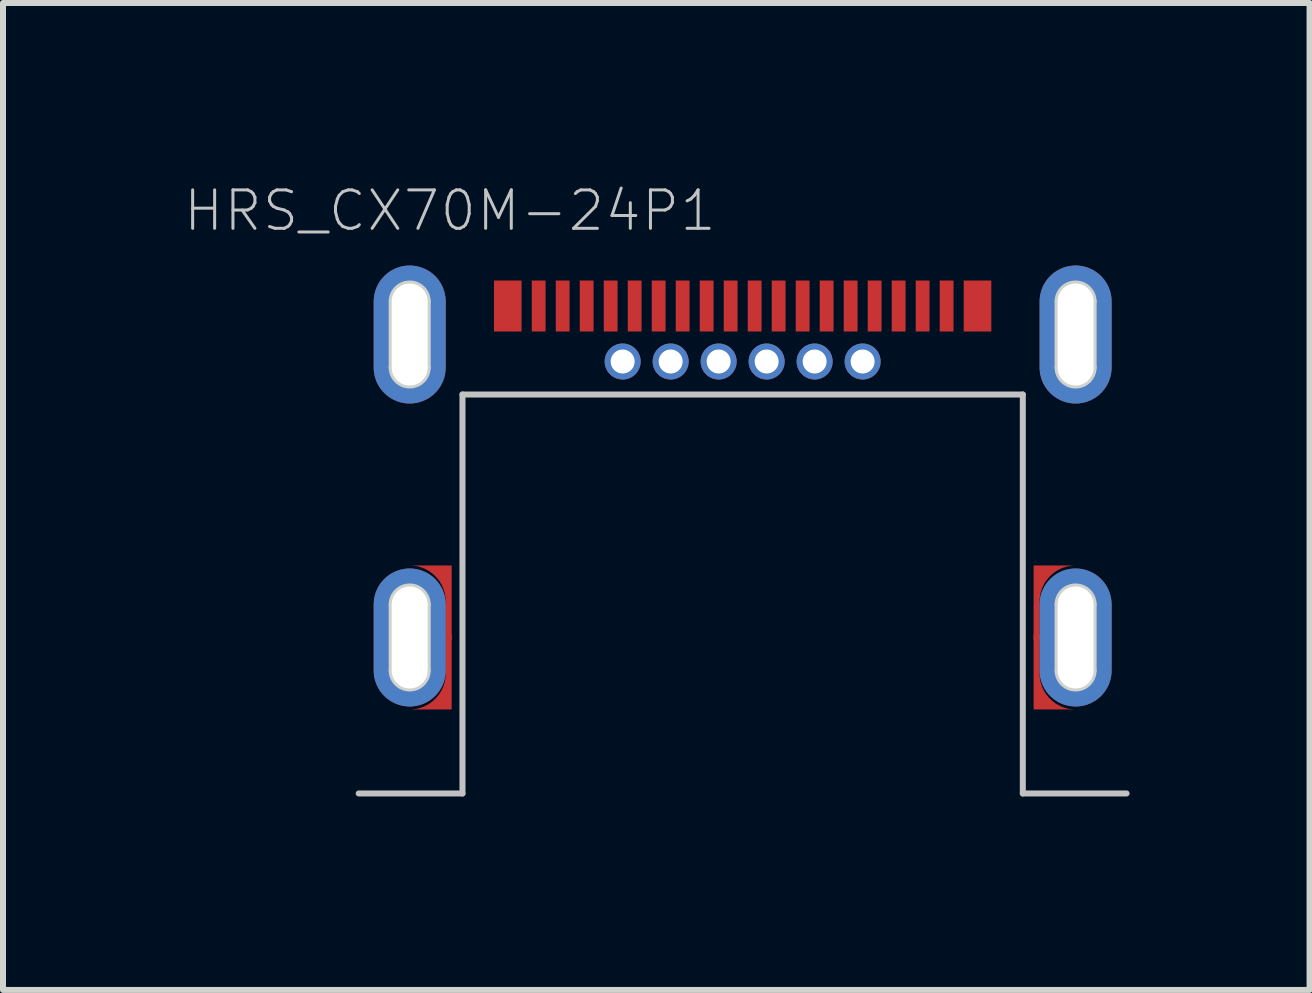
<source format=kicad_pcb>
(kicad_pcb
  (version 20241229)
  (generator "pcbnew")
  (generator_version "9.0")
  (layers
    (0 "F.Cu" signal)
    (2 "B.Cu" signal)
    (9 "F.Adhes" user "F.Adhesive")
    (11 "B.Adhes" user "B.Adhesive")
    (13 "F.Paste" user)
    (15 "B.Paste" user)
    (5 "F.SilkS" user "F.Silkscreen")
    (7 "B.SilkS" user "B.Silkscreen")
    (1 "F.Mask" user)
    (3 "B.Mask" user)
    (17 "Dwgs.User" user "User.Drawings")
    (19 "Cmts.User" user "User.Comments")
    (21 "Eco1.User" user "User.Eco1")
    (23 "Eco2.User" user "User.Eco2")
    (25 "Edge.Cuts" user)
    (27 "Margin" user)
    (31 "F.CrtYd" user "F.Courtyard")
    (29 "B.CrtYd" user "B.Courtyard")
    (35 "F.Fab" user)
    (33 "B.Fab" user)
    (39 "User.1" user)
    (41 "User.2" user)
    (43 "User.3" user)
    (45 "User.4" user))
  (footprint "HRS_CX70M-24P1"
    (layer "F.Cu")
    (at 9.329 7.576)
    (property "Reference" "HRS_CX70M-24P1" (at -4.879 -7.114 0) (layer "Dwgs.User") (effects (font (size 0.641 0.641) (thickness 0.05))))
    (attr smd)
    (fp_poly (pts (xy -5.55 -1.2) (xy -4.85 -1.2) (xy -4.85 1.2) (xy -5.55 1.2) (xy -5.534 1.2) (xy -5.503 1.198) (xy -5.472 1.195) (xy -5.441 1.19) (xy -5.41 1.184) (xy -5.38 1.175) (xy -5.35 1.166) (xy -5.32 1.155) (xy -5.292 1.142) (xy -5.264 1.127) (xy -5.236 1.112) (xy -5.21 1.095) (xy -5.185 1.076) (xy -5.16 1.056) (xy -5.137 1.035) (xy -5.115 1.013) (xy -5.094 0.99) (xy -5.074 0.965) (xy -5.055 0.94) (xy -5.038 0.914) (xy -5.023 0.886) (xy -5.008 0.858) (xy -4.995 0.83) (xy -4.984 0.8) (xy -4.975 0.77) (xy -4.966 0.74) (xy -4.96 0.709) (xy -4.955 0.678) (xy -4.952 0.647) (xy -4.95 0.616) (xy -4.95 0.6) (xy -4.95 -0.6) (xy -4.95 -0.616) (xy -4.952 -0.647) (xy -4.955 -0.678) (xy -4.96 -0.709) (xy -4.966 -0.74) (xy -4.975 -0.77) (xy -4.984 -0.8) (xy -4.995 -0.83) (xy -5.008 -0.858) (xy -5.023 -0.886) (xy -5.038 -0.914) (xy -5.055 -0.94) (xy -5.074 -0.965) (xy -5.094 -0.99) (xy -5.115 -1.013) (xy -5.137 -1.035) (xy -5.16 -1.056) (xy -5.185 -1.076) (xy -5.21 -1.095) (xy -5.236 -1.112) (xy -5.264 -1.127) (xy -5.292 -1.142) (xy -5.32 -1.155) (xy -5.35 -1.166) (xy -5.38 -1.175) (xy -5.41 -1.184) (xy -5.441 -1.19) (xy -5.472 -1.195) (xy -5.503 -1.198) (xy -5.534 -1.2)) (stroke (width 0.0001) (type solid)) (fill yes) (layer "F.Cu"))
    (fp_poly (pts (xy 5.55 -1.2) (xy 4.85 -1.2) (xy 4.85 1.2) (xy 5.55 1.2) (xy 5.534 1.2) (xy 5.503 1.198) (xy 5.472 1.195) (xy 5.441 1.19) (xy 5.41 1.184) (xy 5.38 1.175) (xy 5.35 1.166) (xy 5.32 1.155) (xy 5.292 1.142) (xy 5.264 1.127) (xy 5.236 1.112) (xy 5.21 1.095) (xy 5.185 1.076) (xy 5.16 1.056) (xy 5.137 1.035) (xy 5.115 1.013) (xy 5.094 0.99) (xy 5.074 0.965) (xy 5.055 0.94) (xy 5.038 0.914) (xy 5.023 0.886) (xy 5.008 0.858) (xy 4.995 0.83) (xy 4.984 0.8) (xy 4.975 0.77) (xy 4.966 0.74) (xy 4.96 0.709) (xy 4.955 0.678) (xy 4.952 0.647) (xy 4.95 0.616) (xy 4.95 0.6) (xy 4.95 -0.6) (xy 4.95 -0.616) (xy 4.952 -0.647) (xy 4.955 -0.678) (xy 4.96 -0.709) (xy 4.966 -0.74) (xy 4.975 -0.77) (xy 4.984 -0.8) (xy 4.995 -0.83) (xy 5.008 -0.858) (xy 5.023 -0.886) (xy 5.038 -0.914) (xy 5.055 -0.94) (xy 5.074 -0.965) (xy 5.094 -0.99) (xy 5.115 -1.013) (xy 5.137 -1.035) (xy 5.16 -1.056) (xy 5.185 -1.076) (xy 5.21 -1.095) (xy 5.236 -1.112) (xy 5.264 -1.127) (xy 5.292 -1.142) (xy 5.32 -1.155) (xy 5.35 -1.166) (xy 5.38 -1.175) (xy 5.41 -1.184) (xy 5.441 -1.19) (xy 5.472 -1.195) (xy 5.503 -1.198) (xy 5.534 -1.2)) (stroke (width 0.0001) (type solid)) (fill yes) (layer "F.Cu"))
    (fp_poly (pts (xy -5.607 -1.3) (xy -4.75 -1.3) (xy -4.75 1.302) (xy -5.607 1.302)) (stroke (width 0) (type solid)) (fill yes) (layer "F.Mask"))
    (fp_poly (pts (xy 4.75 -1.3) (xy 5.55 -1.3) (xy 5.55 1.3) (xy 4.75 1.3)) (stroke (width 0) (type solid)) (fill yes) (layer "F.Mask"))
    (fp_poly (pts (xy -5.55 -1.2) (xy -4.85 -1.2) (xy -4.85 1.2) (xy -5.55 1.2) (xy -5.534 1.2) (xy -5.503 1.198) (xy -5.472 1.195) (xy -5.441 1.19) (xy -5.41 1.184) (xy -5.38 1.175) (xy -5.35 1.166) (xy -5.32 1.155) (xy -5.292 1.142) (xy -5.264 1.127) (xy -5.236 1.112) (xy -5.21 1.095) (xy -5.185 1.076) (xy -5.16 1.056) (xy -5.137 1.035) (xy -5.115 1.013) (xy -5.094 0.99) (xy -5.074 0.965) (xy -5.055 0.94) (xy -5.038 0.914) (xy -5.023 0.886) (xy -5.008 0.858) (xy -4.995 0.83) (xy -4.984 0.8) (xy -4.975 0.77) (xy -4.966 0.74) (xy -4.96 0.709) (xy -4.955 0.678) (xy -4.952 0.647) (xy -4.95 0.616) (xy -4.95 0.6) (xy -4.95 -0.6) (xy -4.95 -0.616) (xy -4.952 -0.647) (xy -4.955 -0.678) (xy -4.96 -0.709) (xy -4.966 -0.74) (xy -4.975 -0.77) (xy -4.984 -0.8) (xy -4.995 -0.83) (xy -5.008 -0.858) (xy -5.023 -0.886) (xy -5.038 -0.914) (xy -5.055 -0.94) (xy -5.074 -0.965) (xy -5.094 -0.99) (xy -5.115 -1.013) (xy -5.137 -1.035) (xy -5.16 -1.056) (xy -5.185 -1.076) (xy -5.21 -1.095) (xy -5.236 -1.112) (xy -5.264 -1.127) (xy -5.292 -1.142) (xy -5.32 -1.155) (xy -5.35 -1.166) (xy -5.38 -1.175) (xy -5.41 -1.184) (xy -5.441 -1.19) (xy -5.472 -1.195) (xy -5.503 -1.198) (xy -5.534 -1.2)) (stroke (width 0.0001) (type solid)) (fill yes) (layer "F.Paste"))
    (fp_poly (pts (xy 5.55 -1.2) (xy 4.85 -1.2) (xy 4.85 1.2) (xy 5.55 1.2) (xy 5.534 1.2) (xy 5.503 1.198) (xy 5.472 1.195) (xy 5.441 1.19) (xy 5.41 1.184) (xy 5.38 1.175) (xy 5.35 1.166) (xy 5.32 1.155) (xy 5.292 1.142) (xy 5.264 1.127) (xy 5.236 1.112) (xy 5.21 1.095) (xy 5.185 1.076) (xy 5.16 1.056) (xy 5.137 1.035) (xy 5.115 1.013) (xy 5.094 0.99) (xy 5.074 0.965) (xy 5.055 0.94) (xy 5.038 0.914) (xy 5.023 0.886) (xy 5.008 0.858) (xy 4.995 0.83) (xy 4.984 0.8) (xy 4.975 0.77) (xy 4.966 0.74) (xy 4.96 0.709) (xy 4.955 0.678) (xy 4.952 0.647) (xy 4.95 0.616) (xy 4.95 0.6) (xy 4.95 -0.6) (xy 4.95 -0.616) (xy 4.952 -0.647) (xy 4.955 -0.678) (xy 4.96 -0.709) (xy 4.966 -0.74) (xy 4.975 -0.77) (xy 4.984 -0.8) (xy 4.995 -0.83) (xy 5.008 -0.858) (xy 5.023 -0.886) (xy 5.038 -0.914) (xy 5.055 -0.94) (xy 5.074 -0.965) (xy 5.094 -0.99) (xy 5.115 -1.013) (xy 5.137 -1.035) (xy 5.16 -1.056) (xy 5.185 -1.076) (xy 5.21 -1.095) (xy 5.236 -1.112) (xy 5.264 -1.127) (xy 5.292 -1.142) (xy 5.32 -1.155) (xy 5.35 -1.166) (xy 5.38 -1.175) (xy 5.41 -1.184) (xy 5.441 -1.19) (xy 5.472 -1.195) (xy 5.503 -1.198) (xy 5.534 -1.2)) (stroke (width 0.0001) (type solid)) (fill yes) (layer "F.Paste"))
    (fp_line (start -6.4 2.6) (end -4.67 2.6) (stroke (width 0.1) (type solid)) (layer "Dwgs.User"))
    (fp_line (start -4.67 -4.05) (end 4.67 -4.05) (stroke (width 0.1) (type solid)) (layer "Dwgs.User"))
    (fp_line (start -4.67 2.6) (end -4.67 -4.05) (stroke (width 0.1) (type solid)) (layer "Dwgs.User"))
    (fp_line (start 4.67 -4.05) (end 4.67 2.6) (stroke (width 0.1) (type solid)) (layer "Dwgs.User"))
    (fp_line (start 4.67 2.6) (end 6.4 2.6) (stroke (width 0.1) (type solid)) (layer "Dwgs.User"))
    (fp_line (start -6.4 -6.5) (end 6.4 -6.5) (stroke (width 0.05) (type solid)) (layer "Eco1.User"))
    (fp_line (start -6.4 2.85) (end -6.4 -6.5) (stroke (width 0.05) (type solid)) (layer "Eco1.User"))
    (fp_line (start 6.4 -6.5) (end 6.4 2.85) (stroke (width 0.05) (type solid)) (layer "Eco1.User"))
    (fp_line (start 6.4 2.85) (end -6.4 2.85) (stroke (width 0.05) (type solid)) (layer "Eco1.User"))
    (fp_line (start -5.7 -5.75) (end -5.7 -4.35) (stroke (width 0.127) (type solid)) (layer "Eco2.User"))
    (fp_line (start 5.7 -5.75) (end 5.7 -4.35) (stroke (width 0.127) (type solid)) (layer "Eco2.User"))
    (fp_line (start -5.85 -4.5) (end -5.85 -5.6) (stroke (width 0.1) (type solid)) (layer "Edge.Cuts"))
    (fp_line (start -5.85 0.55) (end -5.85 -0.55) (stroke (width 0.1) (type solid)) (layer "Edge.Cuts"))
    (fp_line (start -5.25 -5.6) (end -5.25 -4.5) (stroke (width 0.1) (type solid)) (layer "Edge.Cuts"))
    (fp_line (start -5.25 -0.55) (end -5.25 0.55) (stroke (width 0.1) (type solid)) (layer "Edge.Cuts"))
    (fp_line (start 5.25 -4.5) (end 5.25 -5.6) (stroke (width 0.1) (type solid)) (layer "Edge.Cuts"))
    (fp_line (start 5.25 0.55) (end 5.25 -0.55) (stroke (width 0.1) (type solid)) (layer "Edge.Cuts"))
    (fp_line (start 5.85 -5.6) (end 5.85 -4.5) (stroke (width 0.1) (type solid)) (layer "Edge.Cuts"))
    (fp_line (start 5.85 -0.55) (end 5.85 0.55) (stroke (width 0.1) (type solid)) (layer "Edge.Cuts"))
    (fp_arc (start -5.85 -5.6) (mid -5.55 -5.9) (end -5.25 -5.6) (stroke (width 0.1) (type solid)) (layer "Edge.Cuts"))
    (fp_arc (start -5.85 -0.55) (mid -5.55 -0.85) (end -5.25 -0.55) (stroke (width 0.1) (type solid)) (layer "Edge.Cuts"))
    (fp_arc (start -5.25 -4.5) (mid -5.55 -4.2) (end -5.85 -4.5) (stroke (width 0.1) (type solid)) (layer "Edge.Cuts"))
    (fp_arc (start -5.25 0.55) (mid -5.55 0.85) (end -5.85 0.55) (stroke (width 0.1) (type solid)) (layer "Edge.Cuts"))
    (fp_arc (start 5.25 -5.6) (mid 5.55 -5.9) (end 5.85 -5.6) (stroke (width 0.1) (type solid)) (layer "Edge.Cuts"))
    (fp_arc (start 5.25 -0.55) (mid 5.55 -0.85) (end 5.85 -0.55) (stroke (width 0.1) (type solid)) (layer "Edge.Cuts"))
    (fp_arc (start 5.85 -4.5) (mid 5.55 -4.2) (end 5.25 -4.5) (stroke (width 0.1) (type solid)) (layer "Edge.Cuts"))
    (fp_arc (start 5.85 0.55) (mid 5.55 0.85) (end 5.25 0.55) (stroke (width 0.1) (type solid)) (layer "Edge.Cuts"))
    (pad "A1" smd rect (at -2.2 -5.525 90) (size 0.85 0.23) (layers "F.Cu" "F.Mask" "F.Paste"))
    (pad "A2" smd rect (at -1.8 -5.525 90) (size 0.85 0.23) (layers "F.Cu" "F.Mask" "F.Paste"))
    (pad "A3" smd rect (at -1.4 -5.525 90) (size 0.85 0.23) (layers "F.Cu" "F.Mask" "F.Paste"))
    (pad "A4" smd rect (at -1 -5.525 90) (size 0.85 0.23) (layers "F.Cu" "F.Mask" "F.Paste"))
    (pad "A5" smd rect (at -0.6 -5.525 90) (size 0.85 0.23) (layers "F.Cu" "F.Mask" "F.Paste"))
    (pad "A6" smd rect (at -0.2 -5.525 90) (size 0.85 0.23) (layers "F.Cu" "F.Mask" "F.Paste"))
    (pad "A7" smd rect (at 0.2 -5.525 90) (size 0.85 0.23) (layers "F.Cu" "F.Mask" "F.Paste"))
    (pad "A8" smd rect (at 0.6 -5.525 90) (size 0.85 0.23) (layers "F.Cu" "F.Mask" "F.Paste"))
    (pad "A9" smd rect (at 1 -5.525 90) (size 0.85 0.23) (layers "F.Cu" "F.Mask" "F.Paste"))
    (pad "A10" smd rect (at 1.4 -5.525 90) (size 0.85 0.23) (layers "F.Cu" "F.Mask" "F.Paste"))
    (pad "A11" smd rect (at 1.8 -5.525 90) (size 0.85 0.23) (layers "F.Cu" "F.Mask" "F.Paste"))
    (pad "A12" smd rect (at 2.2 -5.525 90) (size 0.85 0.23) (layers "F.Cu" "F.Mask" "F.Paste"))
    (pad "B1" smd rect (at 3.4 -5.525 90) (size 0.85 0.23) (layers "F.Cu" "F.Mask" "F.Paste"))
    (pad "B2" smd rect (at 3 -5.525 90) (size 0.85 0.23) (layers "F.Cu" "F.Mask" "F.Paste"))
    (pad "B3" smd rect (at 2.6 -5.525 90) (size 0.85 0.23) (layers "F.Cu" "F.Mask" "F.Paste"))
    (pad "B4" thru_hole circle (at 2 -4.6) (size 0.6 0.6) (drill 0.4) (layers "*.Cu" "*.Mask"))
    (pad "B5" thru_hole circle (at 1.2 -4.6) (size 0.6 0.6) (drill 0.4) (layers "*.Cu" "*.Mask"))
    (pad "B6" thru_hole circle (at 0.4 -4.6) (size 0.6 0.6) (drill 0.4) (layers "*.Cu" "*.Mask"))
    (pad "B7" thru_hole circle (at -0.4 -4.6) (size 0.6 0.6) (drill 0.4) (layers "*.Cu" "*.Mask"))
    (pad "B8" thru_hole circle (at -1.2 -4.6) (size 0.6 0.6) (drill 0.4) (layers "*.Cu" "*.Mask"))
    (pad "B9" thru_hole circle (at -2 -4.6) (size 0.6 0.6) (drill 0.4) (layers "*.Cu" "*.Mask"))
    (pad "B10" smd rect (at -2.6 -5.525 90) (size 0.85 0.23) (layers "F.Cu" "F.Mask" "F.Paste"))
    (pad "B11" smd rect (at -3 -5.525 90) (size 0.85 0.23) (layers "F.Cu" "F.Mask" "F.Paste"))
    (pad "B12" smd rect (at -3.4 -5.525 90) (size 0.85 0.23) (layers "F.Cu" "F.Mask" "F.Paste"))
    (pad "S1" thru_hole oval (at -5.55 -5.05 90) (size 2.3 1.2) (drill oval 1.7 0.6) (layers "*.Cu" "*.Mask"))
    (pad "S2" smd rect (at -3.915 -5.525 90) (size 0.85 0.46) (layers "F.Cu" "F.Mask" "F.Paste"))
    (pad "S3" smd rect (at 3.915 -5.525 90) (size 0.85 0.46) (layers "F.Cu" "F.Mask" "F.Paste"))
    (pad "S4" thru_hole oval (at 5.55 -5.05 90) (size 2.3 1.2) (drill oval 1.7 0.6) (layers "*.Cu" "*.Mask"))
    (pad "S5" thru_hole oval (at -5.55 0 90) (size 2.3 1.2) (drill oval 1.7 0.6) (layers "*.Cu" "*.Mask"))
    (pad "S5.1" smd rect (at -4.9 0 90) (size 0.1 0.1) (layers "F.Cu" "F.Mask" "F.Paste"))
    (pad "S6" thru_hole oval (at 5.55 0 90) (size 2.3 1.2) (drill oval 1.7 0.6) (layers "*.Cu" "*.Mask"))
    (pad "S6.1" smd rect (at 4.9 0 90) (size 0.1 0.1) (layers "F.Cu" "F.Mask" "F.Paste")))
  (gr_rect
    (start -3 -3)
    (end 18.779 13.451)
    (stroke (width 0.1) (type default))
    (fill no)
    (layer "Edge.Cuts")))
</source>
